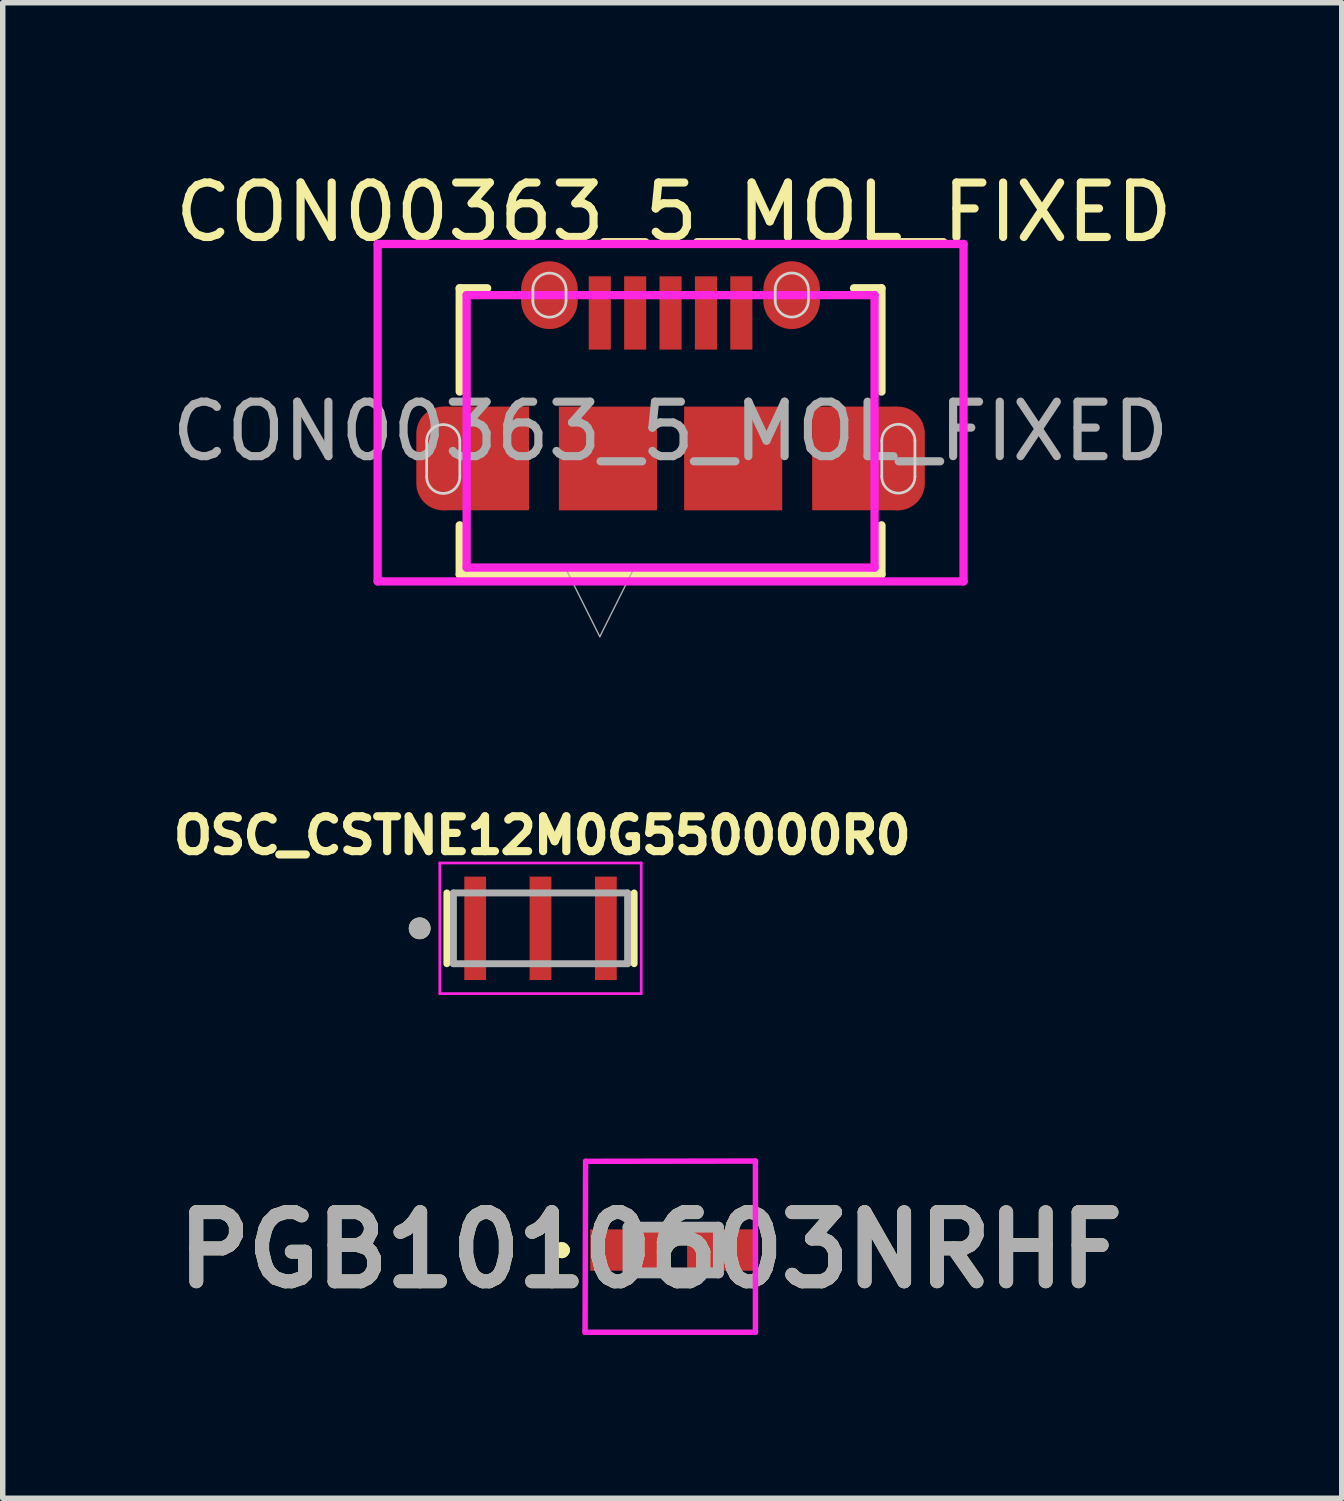
<source format=kicad_pcb>
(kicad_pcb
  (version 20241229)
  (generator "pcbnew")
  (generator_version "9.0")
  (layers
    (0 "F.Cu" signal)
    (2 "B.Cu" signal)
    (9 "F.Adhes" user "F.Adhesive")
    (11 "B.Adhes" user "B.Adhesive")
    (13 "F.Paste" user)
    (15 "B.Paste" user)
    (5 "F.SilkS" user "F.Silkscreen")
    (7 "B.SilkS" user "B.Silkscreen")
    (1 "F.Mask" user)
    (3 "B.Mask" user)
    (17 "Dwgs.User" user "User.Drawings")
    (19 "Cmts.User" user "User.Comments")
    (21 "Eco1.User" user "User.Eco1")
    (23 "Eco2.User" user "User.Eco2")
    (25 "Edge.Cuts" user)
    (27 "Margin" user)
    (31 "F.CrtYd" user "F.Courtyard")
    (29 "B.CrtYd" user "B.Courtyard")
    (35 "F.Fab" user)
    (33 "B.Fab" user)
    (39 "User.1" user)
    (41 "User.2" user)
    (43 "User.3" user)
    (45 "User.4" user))
  (footprint "PGB1010603NRHF"
    (layer "F.Cu")
    (at 9.317 19.913)
    (property "Reference" "PGB1010603NRHF" (at -0.415 0 0) (layer "F.SilkS") (effects (font (size 1.27 1.27) (thickness 0.254))))
    (attr smd)
    (fp_line (start -2.1 0) (end -2.1 0) (stroke (width 0.2) (type solid)) (layer "F.SilkS"))
    (fp_line (start -2.1 0) (end -2.1 0) (stroke (width 0.2) (type solid)) (layer "F.SilkS"))
    (fp_line (start -2 0) (end -2 0) (stroke (width 0.2) (type solid)) (layer "F.SilkS"))
    (fp_arc (start -2.1 0) (mid -2.05 -0.05) (end -2 0) (stroke (width 0.2) (type solid)) (layer "F.SilkS"))
    (fp_arc (start -2 0) (mid -2.05 0.05) (end -2.1 0) (stroke (width 0.2) (type solid)) (layer "F.SilkS"))
    (fp_arc (start -2 0) (mid -2.05 0.05) (end -2.1 0) (stroke (width 0.2) (type solid)) (layer "F.SilkS"))
    (fp_line (start -1.62 1.51) (end -1.61 -1.63) (stroke (width 0.1) (type solid)) (layer "F.CrtYd"))
    (fp_line (start -1.61 -1.63) (end 1.51 -1.635) (stroke (width 0.1) (type solid)) (layer "F.CrtYd"))
    (fp_line (start 1.51 -1.635) (end 1.51 1.51) (stroke (width 0.1) (type solid)) (layer "F.CrtYd"))
    (fp_line (start 1.51 1.51) (end -1.62 1.51) (stroke (width 0.1) (type solid)) (layer "F.CrtYd"))
    (fp_line (start -0.83 -0.42) (end -0.83 0.42) (stroke (width 0.2) (type solid)) (layer "F.Fab"))
    (fp_line (start -0.83 0.42) (end 0.83 0.42) (stroke (width 0.2) (type solid)) (layer "F.Fab"))
    (fp_line (start 0.83 -0.42) (end -0.83 -0.42) (stroke (width 0.2) (type solid)) (layer "F.Fab"))
    (fp_line (start 0.83 0.42) (end 0.83 -0.42) (stroke (width 0.2) (type solid)) (layer "F.Fab"))
    (fp_text user "${REFERENCE}" (at -0.415 0 0) (layer "F.Fab") (effects (font (size 1.27 1.27) (thickness 0.254))))
    (pad "1" smd rect (at -0.89 0 90) (size 0.76 1.27) (layers "F.Cu" "F.Mask" "F.Paste"))
    (pad "2" smd rect (at 0.89 0 90) (size 0.76 1.27) (layers "F.Cu" "F.Mask" "F.Paste")))
  (footprint "OSC_CSTNE12M0G550000R0"
    (layer "F.Cu")
    (at 6.879 14.003)
    (property "Reference" "OSC_CSTNE12M0G550000R0" (at 0.032 -1.706 0) (layer "F.SilkS") (effects (font (size 0.64 0.64) (thickness 0.15))))
    (attr smd)
    (fp_line (start -1.72 -0.65) (end -1.72 0.65) (stroke (width 0.127) (type solid)) (layer "F.SilkS"))
    (fp_line (start 1.72 -0.65) (end 1.72 0.65) (stroke (width 0.127) (type solid)) (layer "F.SilkS"))
    (fp_circle (center -2.22 0) (end -2.12 0) (stroke (width 0.2) (type solid)) (fill no) (layer "F.SilkS"))
    (fp_line (start -1.85 -1.2) (end 1.85 -1.2) (stroke (width 0.05) (type solid)) (layer "F.CrtYd"))
    (fp_line (start -1.85 1.2) (end -1.85 -1.2) (stroke (width 0.05) (type solid)) (layer "F.CrtYd"))
    (fp_line (start 1.85 -1.2) (end 1.85 1.2) (stroke (width 0.05) (type solid)) (layer "F.CrtYd"))
    (fp_line (start 1.85 1.2) (end -1.85 1.2) (stroke (width 0.05) (type solid)) (layer "F.CrtYd"))
    (fp_line (start -1.6 -0.65) (end -1.6 0.65) (stroke (width 0.127) (type solid)) (layer "F.Fab"))
    (fp_line (start -1.6 -0.65) (end 1.6 -0.65) (stroke (width 0.127) (type solid)) (layer "F.Fab"))
    (fp_line (start 1.6 -0.65) (end 1.6 0.65) (stroke (width 0.127) (type solid)) (layer "F.Fab"))
    (fp_line (start 1.6 0.65) (end -1.6 0.65) (stroke (width 0.127) (type solid)) (layer "F.Fab"))
    (fp_circle (center -2.22 0) (end -2.12 0) (stroke (width 0.2) (type solid)) (fill no) (layer "F.Fab"))
    (pad "1" smd rect (at -1.2 0) (size 0.4 1.9) (layers "F.Cu" "F.Mask" "F.Paste"))
    (pad "2" smd rect (at 0 0) (size 0.4 1.9) (layers "F.Cu" "F.Mask" "F.Paste"))
    (pad "3" smd rect (at 1.2 0) (size 0.4 1.9) (layers "F.Cu" "F.Mask" "F.Paste")))
  (footprint "CON00363_5_MOL_FIXED"
    (layer "F.Cu")
    (at 9.268 4.874)
    (property "Reference" "CON00363_5_MOL_FIXED" (at 0.061 -4.026 0) (unlocked yes) (layer "F.SilkS") (effects (font (size 1 1) (thickness 0.15))))
    (attr smd)
    (fp_poly (pts (xy -2.6 -0.455) (xy -4.175 -0.455) (xy -3.87 -0.15) (xy -3.87 1.145) (xy -4.175 1.45) (xy -2.6 1.45)) (stroke (width 0) (type solid)) (fill yes) (layer "F.Cu"))
    (fp_poly (pts (xy 2.601 -0.455) (xy 2.601 1.45) (xy 4.175 1.45) (xy 3.87 1.145) (xy 3.87 -0.15) (xy 4.175 -0.455)) (stroke (width 0) (type solid)) (fill yes) (layer "F.Cu"))
    (fp_poly (pts (xy -2.6 -0.455) (xy -4.175 -0.455) (xy -3.87 -0.15) (xy -3.87 1.145) (xy -4.175 1.45) (xy -2.6 1.45)) (stroke (width 0) (type solid)) (fill yes) (layer "F.Mask"))
    (fp_poly (pts (xy 2.601 -0.455) (xy 2.601 1.45) (xy 4.175 1.45) (xy 3.87 1.145) (xy 3.87 -0.15) (xy 4.175 -0.455)) (stroke (width 0) (type solid)) (fill yes) (layer "F.Mask"))
    (fp_line (start -3.873 -2.629) (end -3.873 -0.731) (stroke (width 0.152) (type solid)) (layer "F.SilkS"))
    (fp_line (start -3.873 1.726) (end -3.873 2.629) (stroke (width 0.152) (type solid)) (layer "F.SilkS"))
    (fp_line (start -3.873 2.629) (end 3.874 2.629) (stroke (width 0.152) (type solid)) (layer "F.SilkS"))
    (fp_line (start -3.369 -2.629) (end -3.873 -2.629) (stroke (width 0.152) (type solid)) (layer "F.SilkS"))
    (fp_line (start 3.874 -2.629) (end 3.37 -2.629) (stroke (width 0.152) (type solid)) (layer "F.SilkS"))
    (fp_line (start 3.874 -0.731) (end 3.874 -2.629) (stroke (width 0.152) (type solid)) (layer "F.SilkS"))
    (fp_line (start 3.874 2.629) (end 3.874 1.726) (stroke (width 0.152) (type solid)) (layer "F.SilkS"))
    (fp_poly (pts (xy -2.6 -0.455) (xy -4.175 -0.455) (xy -3.87 -0.15) (xy -3.87 1.145) (xy -4.175 1.45) (xy -2.6 1.45)) (stroke (width 0) (type solid)) (fill yes) (layer "F.Paste"))
    (fp_poly (pts (xy 2.601 -0.455) (xy 2.601 1.45) (xy 4.175 1.45) (xy 3.87 1.145) (xy 3.87 -0.15) (xy 4.175 -0.455)) (stroke (width 0) (type solid)) (fill yes) (layer "F.Paste"))
    (fp_line (start -4.48 0.18) (end -4.48 0.835) (stroke (width 0.05) (type default)) (layer "Edge.Cuts"))
    (fp_line (start -3.871 0.18) (end -3.871 0.835) (stroke (width 0.05) (type default)) (layer "Edge.Cuts"))
    (fp_line (start -2.529 -2.602) (end -2.529 -2.402) (stroke (width 0.05) (type default)) (layer "Edge.Cuts"))
    (fp_line (start -1.92 -2.602) (end -1.92 -2.402) (stroke (width 0.05) (type default)) (layer "Edge.Cuts"))
    (fp_line (start 1.922 -2.604) (end 1.922 -2.405) (stroke (width 0.05) (type default)) (layer "Edge.Cuts"))
    (fp_line (start 2.531 -2.604) (end 2.531 -2.405) (stroke (width 0.05) (type default)) (layer "Edge.Cuts"))
    (fp_line (start 3.88 0.175) (end 3.88 0.83) (stroke (width 0.05) (type default)) (layer "Edge.Cuts"))
    (fp_line (start 4.489 0.175) (end 4.489 0.83) (stroke (width 0.05) (type default)) (layer "Edge.Cuts"))
    (fp_arc (start -4.48 0.180061) (mid -4.175421 -0.124575) (end -3.870846 0.180065) (stroke (width 0.05) (type default)) (layer "Edge.Cuts"))
    (fp_arc (start -3.870846 0.835364) (mid -4.175425 1.14) (end -4.48 0.83536) (stroke (width 0.05) (type default)) (layer "Edge.Cuts"))
    (fp_arc (start -2.529287 -2.602175) (mid -2.224708 -2.906811) (end -1.920133 -2.602171) (stroke (width 0.05) (type default)) (layer "Edge.Cuts"))
    (fp_arc (start -1.920133 -2.402293) (mid -2.224712 -2.097657) (end -2.529287 -2.402297) (stroke (width 0.05) (type default)) (layer "Edge.Cuts"))
    (fp_arc (start 1.921801 -2.604474) (mid 2.22638 -2.90911) (end 2.530955 -2.60447) (stroke (width 0.05) (type default)) (layer "Edge.Cuts"))
    (fp_arc (start 2.530955 -2.404592) (mid 2.226376 -2.099956) (end 1.921801 -2.404596) (stroke (width 0.05) (type default)) (layer "Edge.Cuts"))
    (fp_arc (start 3.88 0.174701) (mid 4.184579 -0.129935) (end 4.489154 0.174705) (stroke (width 0.05) (type default)) (layer "Edge.Cuts"))
    (fp_arc (start 4.489154 0.830004) (mid 4.184575 1.13464) (end 3.88 0.83) (stroke (width 0.05) (type default)) (layer "Edge.Cuts"))
    (fp_line (start -5.381 -3.442) (end -5.381 2.756) (stroke (width 0.152) (type solid)) (layer "F.CrtYd"))
    (fp_line (start -5.381 2.756) (end 5.382 2.756) (stroke (width 0.152) (type solid)) (layer "F.CrtYd"))
    (fp_line (start -3.746 -2.502) (end -3.746 2.502) (stroke (width 0.152) (type solid)) (layer "F.CrtYd"))
    (fp_line (start -3.746 2.502) (end 3.747 2.502) (stroke (width 0.152) (type solid)) (layer "F.CrtYd"))
    (fp_line (start 3.747 -2.502) (end -3.746 -2.502) (stroke (width 0.152) (type solid)) (layer "F.CrtYd"))
    (fp_line (start 3.747 -2.502) (end 3.747 2.502) (stroke (width 0.152) (type solid)) (layer "F.CrtYd"))
    (fp_line (start 5.382 -3.442) (end -5.381 -3.442) (stroke (width 0.152) (type solid)) (layer "F.CrtYd"))
    (fp_line (start 5.382 -3.442) (end 5.382 2.756) (stroke (width 0.152) (type solid)) (layer "F.CrtYd"))
    (fp_line (start -3.746 -2.502) (end -3.746 2.502) (stroke (width 0.025) (type solid)) (layer "F.Fab"))
    (fp_line (start -3.746 2.502) (end 3.747 2.502) (stroke (width 0.025) (type solid)) (layer "F.Fab"))
    (fp_line (start -1.935 2.502) (end -1.3 3.772) (stroke (width 0.025) (type solid)) (layer "F.Fab"))
    (fp_line (start -0.665 2.502) (end -1.3 3.772) (stroke (width 0.025) (type solid)) (layer "F.Fab"))
    (fp_line (start 3.747 -2.502) (end -3.746 -2.502) (stroke (width 0.025) (type solid)) (layer "F.Fab"))
    (fp_line (start 3.747 2.502) (end 3.747 -2.502) (stroke (width 0.025) (type solid)) (layer "F.Fab"))
    (fp_text user "${REFERENCE}" (at 0 0 0) (unlocked yes) (layer "F.Fab") (effects (font (size 1 1) (thickness 0.15))))
    (pad "1" smd rect (at -1.3 -2.175) (size 0.406 1.346) (layers "F.Cu" "F.Mask" "F.Paste"))
    (pad "2" smd rect (at -0.65 -2.175) (size 0.406 1.346) (layers "F.Cu" "F.Mask" "F.Paste"))
    (pad "3" smd rect (at 0.000291 -2.175) (size 0.406 1.346) (layers "F.Cu" "F.Mask" "F.Paste"))
    (pad "4" smd rect (at 0.65 -2.175) (size 0.406 1.346) (layers "F.Cu" "F.Mask" "F.Paste"))
    (pad "5" smd rect (at 1.3 -2.175) (size 0.406 1.346) (layers "F.Cu" "F.Mask" "F.Paste"))
    (pad "6" smd oval (at -2.225 -2.502 90) (size 1.245 1.041) (layers "F.Cu" "F.Mask" "F.Paste"))
    (pad "7" smd oval (at 2.225 -2.502 90) (size 1.245 1.041) (layers "F.Cu" "F.Mask" "F.Paste"))
    (pad "8" smd oval (at -4.175 0.498) (size 0.991 1.905) (layers "F.Cu" "F.Mask" "F.Paste"))
    (pad "9" smd oval (at 4.175 0.498) (size 0.991 1.905) (layers "F.Cu" "F.Mask" "F.Paste"))
    (pad "10" smd rect (at -1.15 0.498) (size 1.803 1.905) (layers "F.Cu" "F.Mask" "F.Paste"))
    (pad "11" smd rect (at 1.15 0.498) (size 1.803 1.905) (layers "F.Cu" "F.Mask" "F.Paste")))
  (gr_rect
    (start -3 -3)
    (end 21.597 24.473)
    (stroke (width 0.1) (type default))
    (fill no)
    (layer "Edge.Cuts")))
</source>
